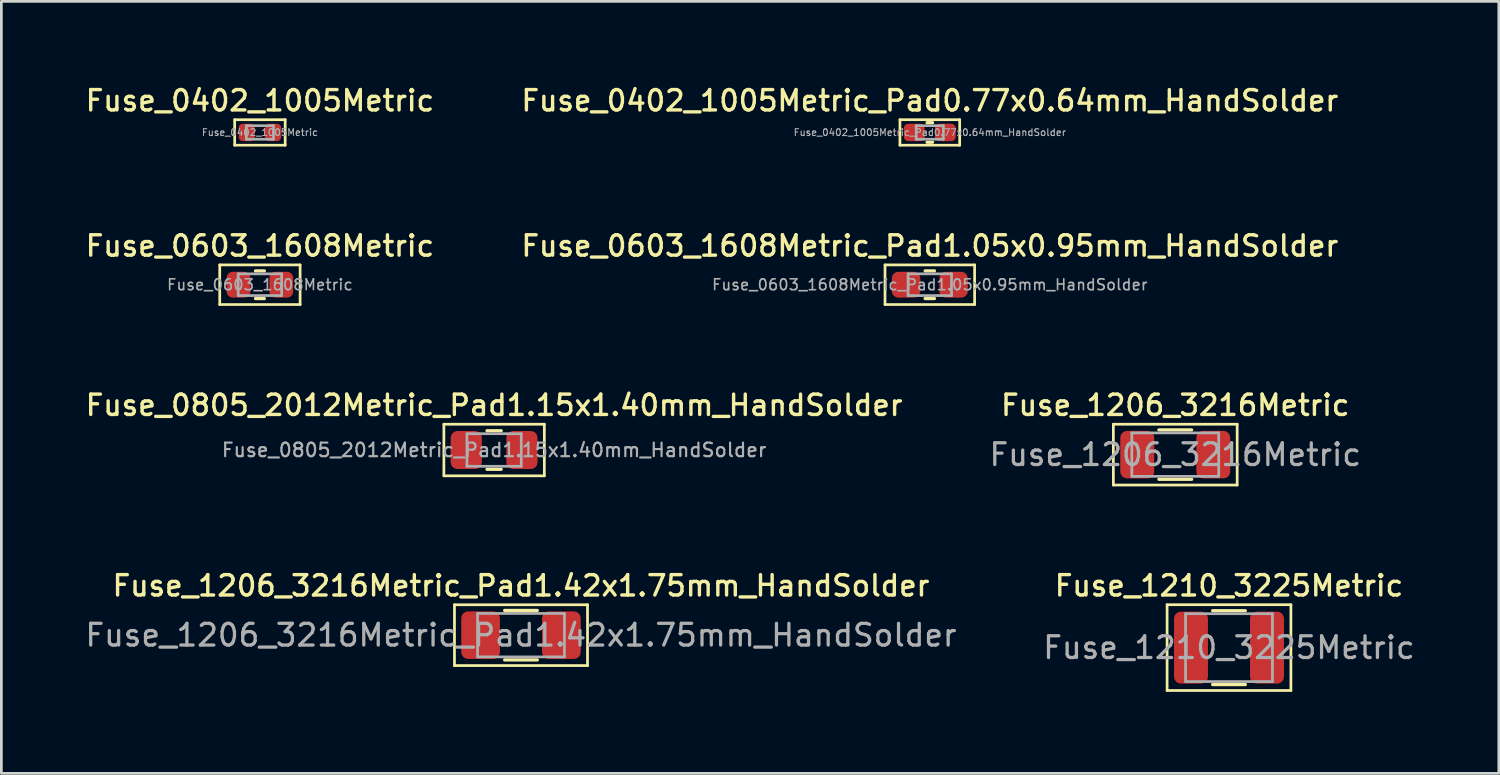
<source format=kicad_pcb>
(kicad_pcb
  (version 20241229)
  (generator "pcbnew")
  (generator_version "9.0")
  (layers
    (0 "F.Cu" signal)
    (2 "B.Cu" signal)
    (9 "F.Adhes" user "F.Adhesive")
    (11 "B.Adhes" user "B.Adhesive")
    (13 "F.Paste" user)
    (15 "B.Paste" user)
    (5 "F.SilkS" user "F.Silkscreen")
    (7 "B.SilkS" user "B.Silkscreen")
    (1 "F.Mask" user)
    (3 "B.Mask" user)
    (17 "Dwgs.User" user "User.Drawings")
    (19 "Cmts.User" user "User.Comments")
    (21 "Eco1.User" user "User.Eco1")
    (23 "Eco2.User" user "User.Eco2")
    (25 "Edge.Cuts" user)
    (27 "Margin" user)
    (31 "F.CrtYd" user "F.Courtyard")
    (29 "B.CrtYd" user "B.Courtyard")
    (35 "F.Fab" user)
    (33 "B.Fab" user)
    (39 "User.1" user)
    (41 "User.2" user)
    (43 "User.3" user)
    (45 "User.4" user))
  (footprint "Fuse_0402_1005Metric_Pad0.77x0.64mm_HandSolder"
    (layer "F.Cu")
    (at 31.195 1.828)
    (property "Reference" "Fuse_0402_1005Metric_Pad0.77x0.64mm_HandSolder" (at 0 -1.17 0) (layer "F.SilkS") (effects (font (size 0.75 0.75) (thickness 0.125))))
    (attr smd)
    (fp_line (start -1.1 -0.47) (end 1.1 -0.47) (stroke (width 0.1) (type solid)) (layer "F.SilkS"))
    (fp_line (start -1.1 0.47) (end -1.1 -0.47) (stroke (width 0.1) (type solid)) (layer "F.SilkS"))
    (fp_line (start -0.1 -0.36) (end 0.1 -0.36) (stroke (width 0.12) (type solid)) (layer "F.SilkS"))
    (fp_line (start -0.1 0.36) (end 0.1 0.36) (stroke (width 0.12) (type solid)) (layer "F.SilkS"))
    (fp_line (start 1.1 -0.47) (end 1.1 0.47) (stroke (width 0.1) (type solid)) (layer "F.SilkS"))
    (fp_line (start 1.1 0.47) (end -1.1 0.47) (stroke (width 0.1) (type solid)) (layer "F.SilkS"))
    (fp_line (start -0.5 -0.25) (end 0.5 -0.25) (stroke (width 0.1) (type solid)) (layer "F.Fab"))
    (fp_line (start -0.5 0.25) (end -0.5 -0.25) (stroke (width 0.1) (type solid)) (layer "F.Fab"))
    (fp_line (start 0.5 -0.25) (end 0.5 0.25) (stroke (width 0.1) (type solid)) (layer "F.Fab"))
    (fp_line (start 0.5 0.25) (end -0.5 0.25) (stroke (width 0.1) (type solid)) (layer "F.Fab"))
    (fp_text user "${REFERENCE}" (at 0 0 0) (layer "F.Fab") (effects (font (size 0.25 0.25) (thickness 0.04))))
    (pad "1" smd roundrect (at -0.573 0) (size 0.765 0.64) (layers "F.Cu" "F.Mask" "F.Paste") (roundrect_rratio 0.25))
    (pad "2" smd roundrect (at 0.573 0) (size 0.765 0.64) (layers "F.Cu" "F.Mask" "F.Paste") (roundrect_rratio 0.25)))
  (footprint "Fuse_0805_2012Metric_Pad1.15x1.40mm_HandSolder"
    (layer "F.Cu")
    (at 15.148 13.524)
    (property "Reference" "Fuse_0805_2012Metric_Pad1.15x1.40mm_HandSolder" (at 0 -1.65 0) (layer "F.SilkS") (effects (font (size 0.75 0.75) (thickness 0.125))))
    (attr smd)
    (fp_line (start -1.85 -0.95) (end 1.85 -0.95) (stroke (width 0.1) (type solid)) (layer "F.SilkS"))
    (fp_line (start -1.85 0.95) (end -1.85 -0.95) (stroke (width 0.1) (type solid)) (layer "F.SilkS"))
    (fp_line (start -0.261 -0.71) (end 0.261 -0.71) (stroke (width 0.12) (type solid)) (layer "F.SilkS"))
    (fp_line (start -0.261 0.71) (end 0.261 0.71) (stroke (width 0.12) (type solid)) (layer "F.SilkS"))
    (fp_line (start 1.85 -0.95) (end 1.85 0.95) (stroke (width 0.1) (type solid)) (layer "F.SilkS"))
    (fp_line (start 1.85 0.95) (end -1.85 0.95) (stroke (width 0.1) (type solid)) (layer "F.SilkS"))
    (fp_line (start -1 -0.6) (end 1 -0.6) (stroke (width 0.1) (type solid)) (layer "F.Fab"))
    (fp_line (start -1 0.6) (end -1 -0.6) (stroke (width 0.1) (type solid)) (layer "F.Fab"))
    (fp_line (start 1 -0.6) (end 1 0.6) (stroke (width 0.1) (type solid)) (layer "F.Fab"))
    (fp_line (start 1 0.6) (end -1 0.6) (stroke (width 0.1) (type solid)) (layer "F.Fab"))
    (fp_text user "${REFERENCE}" (at 0 0 0) (layer "F.Fab") (effects (font (size 0.5 0.5) (thickness 0.08))))
    (pad "1" smd roundrect (at -1.025 0) (size 1.15 1.4) (layers "F.Cu" "F.Mask" "F.Paste") (roundrect_rratio 0.217))
    (pad "2" smd roundrect (at 1.025 0) (size 1.15 1.4) (layers "F.Cu" "F.Mask" "F.Paste") (roundrect_rratio 0.217)))
  (footprint "Fuse_0603_1608Metric"
    (layer "F.Cu")
    (at 6.523 7.436)
    (property "Reference" "Fuse_0603_1608Metric" (at 0 -1.43 0) (layer "F.SilkS") (effects (font (size 0.75 0.75) (thickness 0.125))))
    (attr smd)
    (fp_line (start -1.48 -0.73) (end 1.48 -0.73) (stroke (width 0.1) (type solid)) (layer "F.SilkS"))
    (fp_line (start -1.48 0.73) (end -1.48 -0.73) (stroke (width 0.1) (type solid)) (layer "F.SilkS"))
    (fp_line (start -0.163 -0.51) (end 0.163 -0.51) (stroke (width 0.12) (type solid)) (layer "F.SilkS"))
    (fp_line (start -0.163 0.51) (end 0.163 0.51) (stroke (width 0.12) (type solid)) (layer "F.SilkS"))
    (fp_line (start 1.48 -0.73) (end 1.48 0.73) (stroke (width 0.1) (type solid)) (layer "F.SilkS"))
    (fp_line (start 1.48 0.73) (end -1.48 0.73) (stroke (width 0.1) (type solid)) (layer "F.SilkS"))
    (fp_line (start -0.8 -0.4) (end 0.8 -0.4) (stroke (width 0.1) (type solid)) (layer "F.Fab"))
    (fp_line (start -0.8 0.4) (end -0.8 -0.4) (stroke (width 0.1) (type solid)) (layer "F.Fab"))
    (fp_line (start 0.8 -0.4) (end 0.8 0.4) (stroke (width 0.1) (type solid)) (layer "F.Fab"))
    (fp_line (start 0.8 0.4) (end -0.8 0.4) (stroke (width 0.1) (type solid)) (layer "F.Fab"))
    (fp_text user "${REFERENCE}" (at 0 0 0) (layer "F.Fab") (effects (font (size 0.4 0.4) (thickness 0.06))))
    (pad "1" smd roundrect (at -0.787 0) (size 0.875 0.95) (layers "F.Cu" "F.Mask" "F.Paste") (roundrect_rratio 0.25))
    (pad "2" smd roundrect (at 0.787 0) (size 0.875 0.95) (layers "F.Cu" "F.Mask" "F.Paste") (roundrect_rratio 0.25)))
  (footprint "Fuse_1206_3216Metric"
    (layer "F.Cu")
    (at 40.235 13.694)
    (property "Reference" "Fuse_1206_3216Metric" (at 0 -1.82 0) (layer "F.SilkS") (effects (font (size 0.75 0.75) (thickness 0.125))))
    (attr smd)
    (fp_line (start -2.28 -1.12) (end 2.28 -1.12) (stroke (width 0.1) (type solid)) (layer "F.SilkS"))
    (fp_line (start -2.28 1.12) (end -2.28 -1.12) (stroke (width 0.1) (type solid)) (layer "F.SilkS"))
    (fp_line (start -0.602 -0.91) (end 0.602 -0.91) (stroke (width 0.12) (type solid)) (layer "F.SilkS"))
    (fp_line (start -0.602 0.91) (end 0.602 0.91) (stroke (width 0.12) (type solid)) (layer "F.SilkS"))
    (fp_line (start 2.28 -1.12) (end 2.28 1.12) (stroke (width 0.1) (type solid)) (layer "F.SilkS"))
    (fp_line (start 2.28 1.12) (end -2.28 1.12) (stroke (width 0.1) (type solid)) (layer "F.SilkS"))
    (fp_line (start -1.6 -0.8) (end 1.6 -0.8) (stroke (width 0.1) (type solid)) (layer "F.Fab"))
    (fp_line (start -1.6 0.8) (end -1.6 -0.8) (stroke (width 0.1) (type solid)) (layer "F.Fab"))
    (fp_line (start 1.6 -0.8) (end 1.6 0.8) (stroke (width 0.1) (type solid)) (layer "F.Fab"))
    (fp_line (start 1.6 0.8) (end -1.6 0.8) (stroke (width 0.1) (type solid)) (layer "F.Fab"))
    (fp_text user "${REFERENCE}" (at 0 0 0) (layer "F.Fab") (effects (font (size 0.8 0.8) (thickness 0.12))))
    (pad "1" smd roundrect (at -1.4 0) (size 1.25 1.75) (layers "F.Cu" "F.Mask" "F.Paste") (roundrect_rratio 0.2))
    (pad "2" smd roundrect (at 1.4 0) (size 1.25 1.75) (layers "F.Cu" "F.Mask" "F.Paste") (roundrect_rratio 0.2)))
  (footprint "Fuse_0402_1005Metric"
    (layer "F.Cu")
    (at 6.523 1.828)
    (property "Reference" "Fuse_0402_1005Metric" (at 0 -1.17 0) (layer "F.SilkS") (effects (font (size 0.75 0.75) (thickness 0.125))))
    (attr smd)
    (fp_line (start -0.93 -0.47) (end 0.93 -0.47) (stroke (width 0.1) (type solid)) (layer "F.SilkS"))
    (fp_line (start -0.93 0.47) (end -0.93 -0.47) (stroke (width 0.1) (type solid)) (layer "F.SilkS"))
    (fp_line (start 0.93 -0.47) (end 0.93 0.47) (stroke (width 0.1) (type solid)) (layer "F.SilkS"))
    (fp_line (start 0.93 0.47) (end -0.93 0.47) (stroke (width 0.1) (type solid)) (layer "F.SilkS"))
    (fp_line (start -0.5 -0.25) (end 0.5 -0.25) (stroke (width 0.1) (type solid)) (layer "F.Fab"))
    (fp_line (start -0.5 0.25) (end -0.5 -0.25) (stroke (width 0.1) (type solid)) (layer "F.Fab"))
    (fp_line (start 0.5 -0.25) (end 0.5 0.25) (stroke (width 0.1) (type solid)) (layer "F.Fab"))
    (fp_line (start 0.5 0.25) (end -0.5 0.25) (stroke (width 0.1) (type solid)) (layer "F.Fab"))
    (fp_text user "${REFERENCE}" (at 0 0 0) (layer "F.Fab") (effects (font (size 0.25 0.25) (thickness 0.04))))
    (pad "1" smd roundrect (at -0.485 0) (size 0.59 0.64) (layers "F.Cu" "F.Mask" "F.Paste") (roundrect_rratio 0.25))
    (pad "2" smd roundrect (at 0.485 0) (size 0.59 0.64) (layers "F.Cu" "F.Mask" "F.Paste") (roundrect_rratio 0.25)))
  (footprint "Fuse_0603_1608Metric_Pad1.05x0.95mm_HandSolder"
    (layer "F.Cu")
    (at 31.195 7.436)
    (property "Reference" "Fuse_0603_1608Metric_Pad1.05x0.95mm_HandSolder" (at 0 -1.43 0) (layer "F.SilkS") (effects (font (size 0.75 0.75) (thickness 0.125))))
    (attr smd)
    (fp_line (start -1.65 -0.73) (end 1.65 -0.73) (stroke (width 0.1) (type solid)) (layer "F.SilkS"))
    (fp_line (start -1.65 0.73) (end -1.65 -0.73) (stroke (width 0.1) (type solid)) (layer "F.SilkS"))
    (fp_line (start -0.171 -0.51) (end 0.171 -0.51) (stroke (width 0.12) (type solid)) (layer "F.SilkS"))
    (fp_line (start -0.171 0.51) (end 0.171 0.51) (stroke (width 0.12) (type solid)) (layer "F.SilkS"))
    (fp_line (start 1.65 -0.73) (end 1.65 0.73) (stroke (width 0.1) (type solid)) (layer "F.SilkS"))
    (fp_line (start 1.65 0.73) (end -1.65 0.73) (stroke (width 0.1) (type solid)) (layer "F.SilkS"))
    (fp_line (start -0.8 -0.4) (end 0.8 -0.4) (stroke (width 0.1) (type solid)) (layer "F.Fab"))
    (fp_line (start -0.8 0.4) (end -0.8 -0.4) (stroke (width 0.1) (type solid)) (layer "F.Fab"))
    (fp_line (start 0.8 -0.4) (end 0.8 0.4) (stroke (width 0.1) (type solid)) (layer "F.Fab"))
    (fp_line (start 0.8 0.4) (end -0.8 0.4) (stroke (width 0.1) (type solid)) (layer "F.Fab"))
    (fp_text user "${REFERENCE}" (at 0 0 0) (layer "F.Fab") (effects (font (size 0.4 0.4) (thickness 0.06))))
    (pad "1" smd roundrect (at -0.875 0) (size 1.05 0.95) (layers "F.Cu" "F.Mask" "F.Paste") (roundrect_rratio 0.25))
    (pad "2" smd roundrect (at 0.875 0) (size 1.05 0.95) (layers "F.Cu" "F.Mask" "F.Paste") (roundrect_rratio 0.25)))
  (footprint "Fuse_1210_3225Metric"
    (layer "F.Cu")
    (at 42.214 20.802)
    (property "Reference" "Fuse_1210_3225Metric" (at 0 -2.28 0) (layer "F.SilkS") (effects (font (size 0.75 0.75) (thickness 0.125))))
    (attr smd)
    (fp_line (start -2.28 -1.58) (end 2.28 -1.58) (stroke (width 0.1) (type solid)) (layer "F.SilkS"))
    (fp_line (start -2.28 1.58) (end -2.28 -1.58) (stroke (width 0.1) (type solid)) (layer "F.SilkS"))
    (fp_line (start -0.602 -1.36) (end 0.602 -1.36) (stroke (width 0.12) (type solid)) (layer "F.SilkS"))
    (fp_line (start -0.602 1.36) (end 0.602 1.36) (stroke (width 0.12) (type solid)) (layer "F.SilkS"))
    (fp_line (start 2.28 -1.58) (end 2.28 1.58) (stroke (width 0.1) (type solid)) (layer "F.SilkS"))
    (fp_line (start 2.28 1.58) (end -2.28 1.58) (stroke (width 0.1) (type solid)) (layer "F.SilkS"))
    (fp_line (start -1.6 -1.25) (end 1.6 -1.25) (stroke (width 0.1) (type solid)) (layer "F.Fab"))
    (fp_line (start -1.6 1.25) (end -1.6 -1.25) (stroke (width 0.1) (type solid)) (layer "F.Fab"))
    (fp_line (start 1.6 -1.25) (end 1.6 1.25) (stroke (width 0.1) (type solid)) (layer "F.Fab"))
    (fp_line (start 1.6 1.25) (end -1.6 1.25) (stroke (width 0.1) (type solid)) (layer "F.Fab"))
    (fp_text user "${REFERENCE}" (at 0 0 0) (layer "F.Fab") (effects (font (size 0.8 0.8) (thickness 0.12))))
    (pad "1" smd roundrect (at -1.4 0) (size 1.25 2.65) (layers "F.Cu" "F.Mask" "F.Paste") (roundrect_rratio 0.2))
    (pad "2" smd roundrect (at 1.4 0) (size 1.25 2.65) (layers "F.Cu" "F.Mask" "F.Paste") (roundrect_rratio 0.2)))
  (footprint "Fuse_1206_3216Metric_Pad1.42x1.75mm_HandSolder"
    (layer "F.Cu")
    (at 16.138 20.343)
    (property "Reference" "Fuse_1206_3216Metric_Pad1.42x1.75mm_HandSolder" (at 0 -1.82 0) (layer "F.SilkS") (effects (font (size 0.75 0.75) (thickness 0.125))))
    (attr smd)
    (fp_line (start -2.45 -1.12) (end 2.45 -1.12) (stroke (width 0.1) (type solid)) (layer "F.SilkS"))
    (fp_line (start -2.45 1.12) (end -2.45 -1.12) (stroke (width 0.1) (type solid)) (layer "F.SilkS"))
    (fp_line (start -0.602 -0.91) (end 0.602 -0.91) (stroke (width 0.12) (type solid)) (layer "F.SilkS"))
    (fp_line (start -0.602 0.91) (end 0.602 0.91) (stroke (width 0.12) (type solid)) (layer "F.SilkS"))
    (fp_line (start 2.45 -1.12) (end 2.45 1.12) (stroke (width 0.1) (type solid)) (layer "F.SilkS"))
    (fp_line (start 2.45 1.12) (end -2.45 1.12) (stroke (width 0.1) (type solid)) (layer "F.SilkS"))
    (fp_line (start -1.6 -0.8) (end 1.6 -0.8) (stroke (width 0.1) (type solid)) (layer "F.Fab"))
    (fp_line (start -1.6 0.8) (end -1.6 -0.8) (stroke (width 0.1) (type solid)) (layer "F.Fab"))
    (fp_line (start 1.6 -0.8) (end 1.6 0.8) (stroke (width 0.1) (type solid)) (layer "F.Fab"))
    (fp_line (start 1.6 0.8) (end -1.6 0.8) (stroke (width 0.1) (type solid)) (layer "F.Fab"))
    (fp_text user "${REFERENCE}" (at 0 0 0) (layer "F.Fab") (effects (font (size 0.8 0.8) (thickness 0.12))))
    (pad "1" smd roundrect (at -1.488 0) (size 1.425 1.75) (layers "F.Cu" "F.Mask" "F.Paste") (roundrect_rratio 0.175))
    (pad "2" smd roundrect (at 1.488 0) (size 1.425 1.75) (layers "F.Cu" "F.Mask" "F.Paste") (roundrect_rratio 0.175)))
  (gr_rect
    (start -3 -3)
    (end 52.152 25.433)
    (stroke (width 0.1) (type default))
    (fill no)
    (layer "Edge.Cuts")))
</source>
